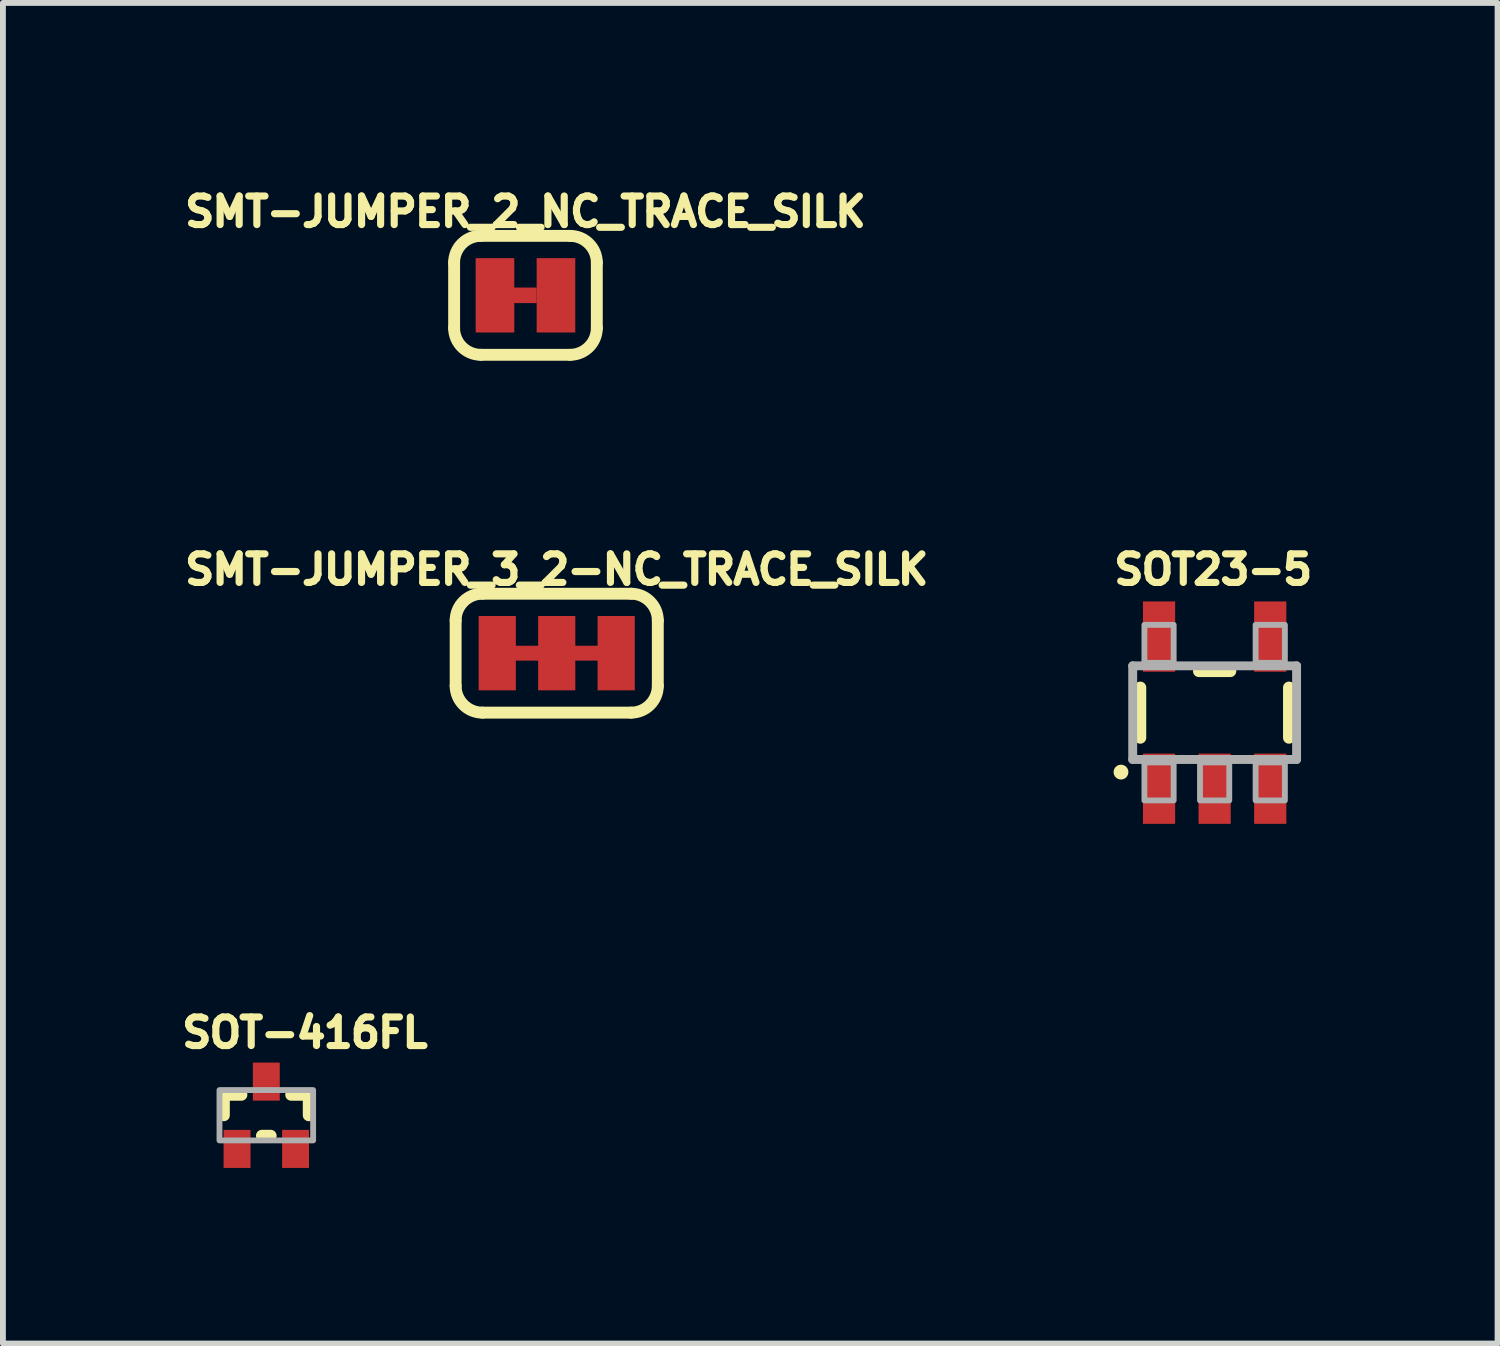
<source format=kicad_pcb>
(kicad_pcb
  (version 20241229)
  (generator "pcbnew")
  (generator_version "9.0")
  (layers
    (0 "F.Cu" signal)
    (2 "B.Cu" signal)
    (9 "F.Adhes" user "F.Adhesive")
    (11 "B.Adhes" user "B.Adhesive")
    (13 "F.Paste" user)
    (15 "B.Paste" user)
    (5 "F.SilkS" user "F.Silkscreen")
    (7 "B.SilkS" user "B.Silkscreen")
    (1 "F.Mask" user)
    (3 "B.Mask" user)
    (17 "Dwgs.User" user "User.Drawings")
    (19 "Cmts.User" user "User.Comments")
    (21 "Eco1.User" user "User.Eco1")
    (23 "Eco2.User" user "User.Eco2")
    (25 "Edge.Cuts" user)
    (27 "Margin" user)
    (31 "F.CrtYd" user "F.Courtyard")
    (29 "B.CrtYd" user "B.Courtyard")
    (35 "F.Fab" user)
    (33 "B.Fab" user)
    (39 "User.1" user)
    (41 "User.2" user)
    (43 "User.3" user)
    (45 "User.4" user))
  (footprint "SOT-416FL"
    (layer "F.Cu")
    (at 1.5 15.48)
    (property "Reference" "SOT-416FL" (at -1.5 -0.6 0) (layer "F.SilkS") (effects (font (size 0.488 0.488) (thickness 0.122)) (justify left bottom)))
    (fp_line (start -0.725 0.175) (end -0.425 0.175) (stroke (width 0.203) (type solid)) (layer "F.SilkS"))
    (fp_line (start -0.725 0.525) (end -0.725 0.175) (stroke (width 0.203) (type solid)) (layer "F.SilkS"))
    (fp_line (start -0.075 0.875) (end 0.075 0.875) (stroke (width 0.203) (type solid)) (layer "F.SilkS"))
    (fp_line (start 0.425 0.175) (end 0.725 0.175) (stroke (width 0.203) (type solid)) (layer "F.SilkS"))
    (fp_line (start 0.725 0.175) (end 0.725 0.525) (stroke (width 0.203) (type solid)) (layer "F.SilkS"))
    (fp_poly (pts (xy -0.8 0.955) (xy 0.8 0.955) (xy 0.8 0.095) (xy -0.8 0.095)) (stroke (width 0.1) (type solid)) (fill no) (layer "F.Fab"))
    (pad "1" smd rect (at -0.5 1.1) (size 0.46 0.65) (layers "F.Cu" "F.Mask" "F.Paste"))
    (pad "2" smd rect (at 0.5 1.1) (size 0.46 0.65) (layers "F.Cu" "F.Mask" "F.Paste"))
    (pad "3" smd rect (at 0 -0.05) (size 0.46 0.65) (layers "F.Cu" "F.Mask" "F.Paste")))
  (footprint "SMT-JUMPER_2_NC_TRACE_SILK"
    (layer "F.Cu")
    (at 5.928 1.996)
    (property "Reference" "SMT-JUMPER_2_NC_TRACE_SILK" (at 0 -1.143 0) (layer "F.SilkS") (effects (font (size 0.488 0.488) (thickness 0.122)) (justify bottom)))
    (fp_poly (pts (xy 0.191 0.133) (xy -0.705 0.133) (xy -0.705 -0.133) (xy 0.191 -0.133)) (stroke (width 0) (type solid)) (fill yes) (layer "F.Cu"))
    (fp_poly (pts (xy 0.254 0.191) (xy -0.254 0.191) (xy -0.254 -0.191) (xy 0.254 -0.191)) (stroke (width 0) (type solid)) (fill yes) (layer "F.Mask"))
    (fp_line (start -1.219 0.559) (end -1.219 -0.559) (stroke (width 0.203) (type solid)) (layer "F.SilkS"))
    (fp_line (start -0.762 -1.016) (end 0.762 -1.016) (stroke (width 0.203) (type solid)) (layer "F.SilkS"))
    (fp_line (start 0.762 1.016) (end -0.762 1.016) (stroke (width 0.203) (type solid)) (layer "F.SilkS"))
    (fp_line (start 1.219 0.559) (end 1.219 -0.559) (stroke (width 0.203) (type solid)) (layer "F.SilkS"))
    (fp_arc (start -1.2192 -0.5588) (mid -1.085289 -0.882089) (end -0.762 -1.016) (stroke (width 0.2032) (type solid)) (layer "F.SilkS"))
    (fp_arc (start -0.762 1.016) (mid -1.085289 0.882089) (end -1.2192 0.5588) (stroke (width 0.2032) (type solid)) (layer "F.SilkS"))
    (fp_arc (start 0.762 -1.016) (mid 1.085289 -0.882089) (end 1.2192 -0.5588) (stroke (width 0.2032) (type solid)) (layer "F.SilkS"))
    (fp_arc (start 1.2192 0.5588) (mid 1.085289 0.882089) (end 0.762 1.016) (stroke (width 0.2032) (type solid)) (layer "F.SilkS"))
    (pad "1" smd rect (at -0.521 0) (size 0.66 1.27) (layers "F.Cu" "F.Mask"))
    (pad "2" smd rect (at 0.521 0) (size 0.66 1.27) (layers "F.Cu" "F.Mask")))
  (footprint "SOT23-5"
    (layer "F.Cu")
    (at 17.703 9.126)
    (property "Reference" "SOT23-5" (at -1.778 -2.159 0) (layer "F.SilkS") (effects (font (size 0.488 0.488) (thickness 0.122)) (justify left bottom)))
    (fp_line (start -1.27 0.429) (end -1.27 -0.429) (stroke (width 0.203) (type solid)) (layer "F.SilkS"))
    (fp_line (start -0.268 -0.709) (end 0.268 -0.709) (stroke (width 0.203) (type solid)) (layer "F.SilkS"))
    (fp_line (start 1.27 -0.429) (end 1.27 0.429) (stroke (width 0.203) (type solid)) (layer "F.SilkS"))
    (fp_circle (center -1.6 1.016) (end -1.537 1.016) (stroke (width 0.127) (type solid)) (fill yes) (layer "F.SilkS"))
    (fp_line (start -1.4 -0.8) (end -1.4 0.8) (stroke (width 0.152) (type solid)) (layer "F.Fab"))
    (fp_line (start -1.4 -0.8) (end 1.4 -0.8) (stroke (width 0.152) (type solid)) (layer "F.Fab"))
    (fp_line (start 1.4 -0.8) (end 1.4 0.8) (stroke (width 0.152) (type solid)) (layer "F.Fab"))
    (fp_line (start 1.4 0.8) (end -1.4 0.8) (stroke (width 0.152) (type solid)) (layer "F.Fab"))
    (fp_poly (pts (xy -1.2 -0.85) (xy -0.7 -0.85) (xy -0.7 -1.5) (xy -1.2 -1.5)) (stroke (width 0.1) (type solid)) (fill no) (layer "F.Fab"))
    (fp_poly (pts (xy -1.2 1.5) (xy -0.7 1.5) (xy -0.7 0.85) (xy -1.2 0.85)) (stroke (width 0.1) (type solid)) (fill no) (layer "F.Fab"))
    (fp_poly (pts (xy -0.25 1.5) (xy 0.25 1.5) (xy 0.25 0.85) (xy -0.25 0.85)) (stroke (width 0.1) (type solid)) (fill no) (layer "F.Fab"))
    (fp_poly (pts (xy 0.7 -0.85) (xy 1.2 -0.85) (xy 1.2 -1.5) (xy 0.7 -1.5)) (stroke (width 0.1) (type solid)) (fill no) (layer "F.Fab"))
    (fp_poly (pts (xy 0.7 1.5) (xy 1.2 1.5) (xy 1.2 0.85) (xy 0.7 0.85)) (stroke (width 0.1) (type solid)) (fill no) (layer "F.Fab"))
    (pad "1" smd rect (at -0.95 1.3) (size 0.55 1.2) (layers "F.Cu" "F.Mask" "F.Paste"))
    (pad "2" smd rect (at 0 1.3) (size 0.55 1.2) (layers "F.Cu" "F.Mask" "F.Paste"))
    (pad "3" smd rect (at 0.95 1.3) (size 0.55 1.2) (layers "F.Cu" "F.Mask" "F.Paste"))
    (pad "4" smd rect (at 0.95 -1.3) (size 0.55 1.2) (layers "F.Cu" "F.Mask" "F.Paste"))
    (pad "5" smd rect (at -0.95 -1.3) (size 0.55 1.2) (layers "F.Cu" "F.Mask" "F.Paste")))
  (footprint "SMT-JUMPER_3_2-NC_TRACE_SILK"
    (layer "F.Cu")
    (at 6.462 8.11)
    (property "Reference" "SMT-JUMPER_3_2-NC_TRACE_SILK" (at 0 -1.143 0) (layer "F.SilkS") (effects (font (size 0.488 0.488) (thickness 0.122)) (justify bottom)))
    (fp_poly (pts (xy -0.711 0.127) (xy -0.305 0.127) (xy -0.305 -0.127) (xy -0.711 -0.127)) (stroke (width 0) (type solid)) (fill yes) (layer "F.Cu"))
    (fp_poly (pts (xy 0.305 0.127) (xy 0.711 0.127) (xy 0.711 -0.127) (xy 0.305 -0.127)) (stroke (width 0) (type solid)) (fill yes) (layer "F.Cu"))
    (fp_poly (pts (xy 0.762 0.191) (xy -0.762 0.191) (xy -0.762 -0.191) (xy 0.762 -0.191)) (stroke (width 0) (type solid)) (fill yes) (layer "F.Mask"))
    (fp_line (start -1.727 0.559) (end -1.727 -0.559) (stroke (width 0.203) (type solid)) (layer "F.SilkS"))
    (fp_line (start -1.27 -1.016) (end 1.27 -1.016) (stroke (width 0.203) (type solid)) (layer "F.SilkS"))
    (fp_line (start 1.27 1.016) (end -1.27 1.016) (stroke (width 0.203) (type solid)) (layer "F.SilkS"))
    (fp_line (start 1.727 0.559) (end 1.727 -0.559) (stroke (width 0.203) (type solid)) (layer "F.SilkS"))
    (fp_arc (start -1.7272 -0.5588) (mid -1.593289 -0.882089) (end -1.27 -1.016) (stroke (width 0.2032) (type solid)) (layer "F.SilkS"))
    (fp_arc (start -1.27 1.016) (mid -1.593289 0.882089) (end -1.7272 0.5588) (stroke (width 0.2032) (type solid)) (layer "F.SilkS"))
    (fp_arc (start 1.27 -1.016) (mid 1.593289 -0.882089) (end 1.7272 -0.5588) (stroke (width 0.2032) (type solid)) (layer "F.SilkS"))
    (fp_arc (start 1.7272 0.5588) (mid 1.593289 0.882089) (end 1.27 1.016) (stroke (width 0.2032) (type solid)) (layer "F.SilkS"))
    (pad "1" smd rect (at -1.016 0) (size 0.635 1.27) (layers "F.Cu" "F.Mask"))
    (pad "2" smd rect (at 0 0) (size 0.635 1.27) (layers "F.Cu" "F.Mask"))
    (pad "3" smd rect (at 1.016 0) (size 0.635 1.27) (layers "F.Cu" "F.Mask")))
  (gr_rect
    (start -3 -3)
    (end 22.537 19.905)
    (stroke (width 0.1) (type default))
    (fill no)
    (layer "Edge.Cuts")))
</source>
